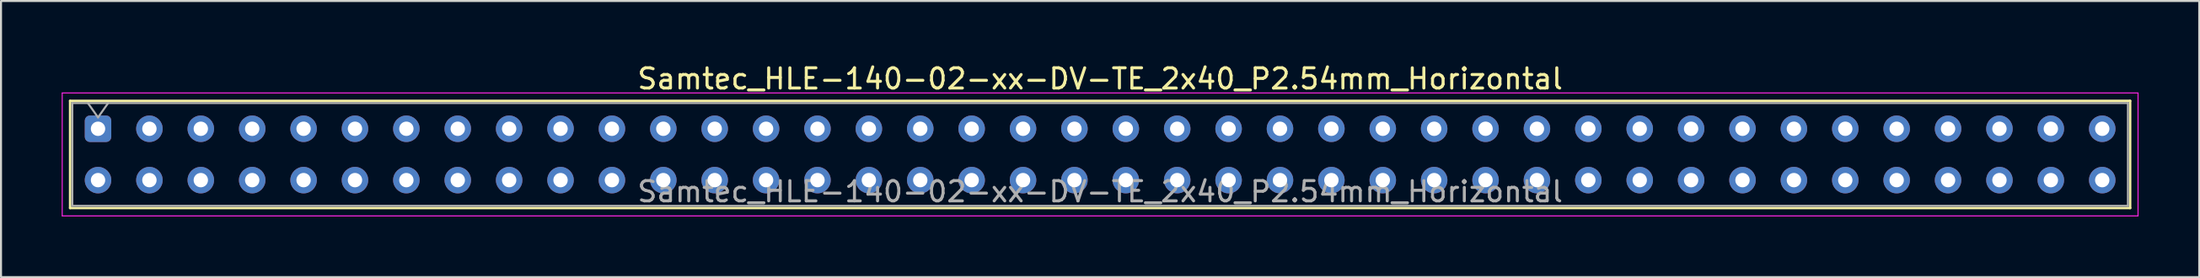
<source format=kicad_pcb>
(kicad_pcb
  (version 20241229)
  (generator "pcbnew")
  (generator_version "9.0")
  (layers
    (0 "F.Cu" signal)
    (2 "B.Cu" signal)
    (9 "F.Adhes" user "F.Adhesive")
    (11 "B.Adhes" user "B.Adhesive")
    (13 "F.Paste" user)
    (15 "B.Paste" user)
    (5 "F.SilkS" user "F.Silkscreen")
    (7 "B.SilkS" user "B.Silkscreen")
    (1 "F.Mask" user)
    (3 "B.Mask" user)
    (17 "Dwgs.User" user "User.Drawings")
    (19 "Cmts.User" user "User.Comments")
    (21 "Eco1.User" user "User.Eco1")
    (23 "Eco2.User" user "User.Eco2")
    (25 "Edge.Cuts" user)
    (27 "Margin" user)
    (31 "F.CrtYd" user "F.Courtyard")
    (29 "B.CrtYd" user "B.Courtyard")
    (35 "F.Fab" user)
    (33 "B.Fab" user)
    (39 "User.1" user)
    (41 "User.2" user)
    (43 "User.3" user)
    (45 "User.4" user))
  (footprint "Samtec_HLE-140-02-xx-DV-TE_2x40_P2.54mm_Horizontal"
    (layer "F.Cu")
    (at 1.795 3.318)
    (property "Reference" "Samtec_HLE-140-02-xx-DV-TE_2x40_P2.54mm_Horizontal" (at 49.53 -2.47 0) (layer "F.SilkS") (effects (font (size 1 1) (thickness 0.15))))
    (attr through_hole)
    (fp_line (start -1.38 -1.38) (end 100.44 -1.38) (stroke (width 0.12) (type solid)) (layer "F.SilkS"))
    (fp_line (start -1.38 3.92) (end -1.38 -1.38) (stroke (width 0.12) (type solid)) (layer "F.SilkS"))
    (fp_line (start 100.44 -1.38) (end 100.44 3.92) (stroke (width 0.12) (type solid)) (layer "F.SilkS"))
    (fp_line (start 100.44 3.92) (end -1.38 3.92) (stroke (width 0.12) (type solid)) (layer "F.SilkS"))
    (fp_line (start -1.77 -1.77) (end 100.83 -1.77) (stroke (width 0.05) (type solid)) (layer "F.CrtYd"))
    (fp_line (start -1.77 4.31) (end -1.77 -1.77) (stroke (width 0.05) (type solid)) (layer "F.CrtYd"))
    (fp_line (start 100.83 -1.77) (end 100.83 4.31) (stroke (width 0.05) (type solid)) (layer "F.CrtYd"))
    (fp_line (start 100.83 4.31) (end -1.77 4.31) (stroke (width 0.05) (type solid)) (layer "F.CrtYd"))
    (fp_line (start -1.27 -1.27) (end 100.33 -1.27) (stroke (width 0.1) (type solid)) (layer "F.Fab"))
    (fp_line (start -1.27 3.81) (end -1.27 -1.27) (stroke (width 0.1) (type solid)) (layer "F.Fab"))
    (fp_line (start -0.5 -1.27) (end 0 -0.563) (stroke (width 0.1) (type solid)) (layer "F.Fab"))
    (fp_line (start 0 -0.563) (end 0.5 -1.27) (stroke (width 0.1) (type solid)) (layer "F.Fab"))
    (fp_line (start 100.33 -1.27) (end 100.33 3.81) (stroke (width 0.1) (type solid)) (layer "F.Fab"))
    (fp_line (start 100.33 3.81) (end -1.27 3.81) (stroke (width 0.1) (type solid)) (layer "F.Fab"))
    (fp_text user "${REFERENCE}" (at 49.53 3.11 0) (layer "F.Fab") (effects (font (size 1 1) (thickness 0.15))))
    (pad "1" thru_hole roundrect (at 0 0) (size 1.31 1.31) (drill 0.71) (layers "*.Cu" "*.Mask") (roundrect_rratio 0.191))
    (pad "2" thru_hole circle (at 0 2.54) (size 1.31 1.31) (drill 0.71) (layers "*.Cu" "*.Mask"))
    (pad "3" thru_hole circle (at 2.54 0) (size 1.31 1.31) (drill 0.71) (layers "*.Cu" "*.Mask"))
    (pad "4" thru_hole circle (at 2.54 2.54) (size 1.31 1.31) (drill 0.71) (layers "*.Cu" "*.Mask"))
    (pad "5" thru_hole circle (at 5.08 0) (size 1.31 1.31) (drill 0.71) (layers "*.Cu" "*.Mask"))
    (pad "6" thru_hole circle (at 5.08 2.54) (size 1.31 1.31) (drill 0.71) (layers "*.Cu" "*.Mask"))
    (pad "7" thru_hole circle (at 7.62 0) (size 1.31 1.31) (drill 0.71) (layers "*.Cu" "*.Mask"))
    (pad "8" thru_hole circle (at 7.62 2.54) (size 1.31 1.31) (drill 0.71) (layers "*.Cu" "*.Mask"))
    (pad "9" thru_hole circle (at 10.16 0) (size 1.31 1.31) (drill 0.71) (layers "*.Cu" "*.Mask"))
    (pad "10" thru_hole circle (at 10.16 2.54) (size 1.31 1.31) (drill 0.71) (layers "*.Cu" "*.Mask"))
    (pad "11" thru_hole circle (at 12.7 0) (size 1.31 1.31) (drill 0.71) (layers "*.Cu" "*.Mask"))
    (pad "12" thru_hole circle (at 12.7 2.54) (size 1.31 1.31) (drill 0.71) (layers "*.Cu" "*.Mask"))
    (pad "13" thru_hole circle (at 15.24 0) (size 1.31 1.31) (drill 0.71) (layers "*.Cu" "*.Mask"))
    (pad "14" thru_hole circle (at 15.24 2.54) (size 1.31 1.31) (drill 0.71) (layers "*.Cu" "*.Mask"))
    (pad "15" thru_hole circle (at 17.78 0) (size 1.31 1.31) (drill 0.71) (layers "*.Cu" "*.Mask"))
    (pad "16" thru_hole circle (at 17.78 2.54) (size 1.31 1.31) (drill 0.71) (layers "*.Cu" "*.Mask"))
    (pad "17" thru_hole circle (at 20.32 0) (size 1.31 1.31) (drill 0.71) (layers "*.Cu" "*.Mask"))
    (pad "18" thru_hole circle (at 20.32 2.54) (size 1.31 1.31) (drill 0.71) (layers "*.Cu" "*.Mask"))
    (pad "19" thru_hole circle (at 22.86 0) (size 1.31 1.31) (drill 0.71) (layers "*.Cu" "*.Mask"))
    (pad "20" thru_hole circle (at 22.86 2.54) (size 1.31 1.31) (drill 0.71) (layers "*.Cu" "*.Mask"))
    (pad "21" thru_hole circle (at 25.4 0) (size 1.31 1.31) (drill 0.71) (layers "*.Cu" "*.Mask"))
    (pad "22" thru_hole circle (at 25.4 2.54) (size 1.31 1.31) (drill 0.71) (layers "*.Cu" "*.Mask"))
    (pad "23" thru_hole circle (at 27.94 0) (size 1.31 1.31) (drill 0.71) (layers "*.Cu" "*.Mask"))
    (pad "24" thru_hole circle (at 27.94 2.54) (size 1.31 1.31) (drill 0.71) (layers "*.Cu" "*.Mask"))
    (pad "25" thru_hole circle (at 30.48 0) (size 1.31 1.31) (drill 0.71) (layers "*.Cu" "*.Mask"))
    (pad "26" thru_hole circle (at 30.48 2.54) (size 1.31 1.31) (drill 0.71) (layers "*.Cu" "*.Mask"))
    (pad "27" thru_hole circle (at 33.02 0) (size 1.31 1.31) (drill 0.71) (layers "*.Cu" "*.Mask"))
    (pad "28" thru_hole circle (at 33.02 2.54) (size 1.31 1.31) (drill 0.71) (layers "*.Cu" "*.Mask"))
    (pad "29" thru_hole circle (at 35.56 0) (size 1.31 1.31) (drill 0.71) (layers "*.Cu" "*.Mask"))
    (pad "30" thru_hole circle (at 35.56 2.54) (size 1.31 1.31) (drill 0.71) (layers "*.Cu" "*.Mask"))
    (pad "31" thru_hole circle (at 38.1 0) (size 1.31 1.31) (drill 0.71) (layers "*.Cu" "*.Mask"))
    (pad "32" thru_hole circle (at 38.1 2.54) (size 1.31 1.31) (drill 0.71) (layers "*.Cu" "*.Mask"))
    (pad "33" thru_hole circle (at 40.64 0) (size 1.31 1.31) (drill 0.71) (layers "*.Cu" "*.Mask"))
    (pad "34" thru_hole circle (at 40.64 2.54) (size 1.31 1.31) (drill 0.71) (layers "*.Cu" "*.Mask"))
    (pad "35" thru_hole circle (at 43.18 0) (size 1.31 1.31) (drill 0.71) (layers "*.Cu" "*.Mask"))
    (pad "36" thru_hole circle (at 43.18 2.54) (size 1.31 1.31) (drill 0.71) (layers "*.Cu" "*.Mask"))
    (pad "37" thru_hole circle (at 45.72 0) (size 1.31 1.31) (drill 0.71) (layers "*.Cu" "*.Mask"))
    (pad "38" thru_hole circle (at 45.72 2.54) (size 1.31 1.31) (drill 0.71) (layers "*.Cu" "*.Mask"))
    (pad "39" thru_hole circle (at 48.26 0) (size 1.31 1.31) (drill 0.71) (layers "*.Cu" "*.Mask"))
    (pad "40" thru_hole circle (at 48.26 2.54) (size 1.31 1.31) (drill 0.71) (layers "*.Cu" "*.Mask"))
    (pad "41" thru_hole circle (at 50.8 0) (size 1.31 1.31) (drill 0.71) (layers "*.Cu" "*.Mask"))
    (pad "42" thru_hole circle (at 50.8 2.54) (size 1.31 1.31) (drill 0.71) (layers "*.Cu" "*.Mask"))
    (pad "43" thru_hole circle (at 53.34 0) (size 1.31 1.31) (drill 0.71) (layers "*.Cu" "*.Mask"))
    (pad "44" thru_hole circle (at 53.34 2.54) (size 1.31 1.31) (drill 0.71) (layers "*.Cu" "*.Mask"))
    (pad "45" thru_hole circle (at 55.88 0) (size 1.31 1.31) (drill 0.71) (layers "*.Cu" "*.Mask"))
    (pad "46" thru_hole circle (at 55.88 2.54) (size 1.31 1.31) (drill 0.71) (layers "*.Cu" "*.Mask"))
    (pad "47" thru_hole circle (at 58.42 0) (size 1.31 1.31) (drill 0.71) (layers "*.Cu" "*.Mask"))
    (pad "48" thru_hole circle (at 58.42 2.54) (size 1.31 1.31) (drill 0.71) (layers "*.Cu" "*.Mask"))
    (pad "49" thru_hole circle (at 60.96 0) (size 1.31 1.31) (drill 0.71) (layers "*.Cu" "*.Mask"))
    (pad "50" thru_hole circle (at 60.96 2.54) (size 1.31 1.31) (drill 0.71) (layers "*.Cu" "*.Mask"))
    (pad "51" thru_hole circle (at 63.5 0) (size 1.31 1.31) (drill 0.71) (layers "*.Cu" "*.Mask"))
    (pad "52" thru_hole circle (at 63.5 2.54) (size 1.31 1.31) (drill 0.71) (layers "*.Cu" "*.Mask"))
    (pad "53" thru_hole circle (at 66.04 0) (size 1.31 1.31) (drill 0.71) (layers "*.Cu" "*.Mask"))
    (pad "54" thru_hole circle (at 66.04 2.54) (size 1.31 1.31) (drill 0.71) (layers "*.Cu" "*.Mask"))
    (pad "55" thru_hole circle (at 68.58 0) (size 1.31 1.31) (drill 0.71) (layers "*.Cu" "*.Mask"))
    (pad "56" thru_hole circle (at 68.58 2.54) (size 1.31 1.31) (drill 0.71) (layers "*.Cu" "*.Mask"))
    (pad "57" thru_hole circle (at 71.12 0) (size 1.31 1.31) (drill 0.71) (layers "*.Cu" "*.Mask"))
    (pad "58" thru_hole circle (at 71.12 2.54) (size 1.31 1.31) (drill 0.71) (layers "*.Cu" "*.Mask"))
    (pad "59" thru_hole circle (at 73.66 0) (size 1.31 1.31) (drill 0.71) (layers "*.Cu" "*.Mask"))
    (pad "60" thru_hole circle (at 73.66 2.54) (size 1.31 1.31) (drill 0.71) (layers "*.Cu" "*.Mask"))
    (pad "61" thru_hole circle (at 76.2 0) (size 1.31 1.31) (drill 0.71) (layers "*.Cu" "*.Mask"))
    (pad "62" thru_hole circle (at 76.2 2.54) (size 1.31 1.31) (drill 0.71) (layers "*.Cu" "*.Mask"))
    (pad "63" thru_hole circle (at 78.74 0) (size 1.31 1.31) (drill 0.71) (layers "*.Cu" "*.Mask"))
    (pad "64" thru_hole circle (at 78.74 2.54) (size 1.31 1.31) (drill 0.71) (layers "*.Cu" "*.Mask"))
    (pad "65" thru_hole circle (at 81.28 0) (size 1.31 1.31) (drill 0.71) (layers "*.Cu" "*.Mask"))
    (pad "66" thru_hole circle (at 81.28 2.54) (size 1.31 1.31) (drill 0.71) (layers "*.Cu" "*.Mask"))
    (pad "67" thru_hole circle (at 83.82 0) (size 1.31 1.31) (drill 0.71) (layers "*.Cu" "*.Mask"))
    (pad "68" thru_hole circle (at 83.82 2.54) (size 1.31 1.31) (drill 0.71) (layers "*.Cu" "*.Mask"))
    (pad "69" thru_hole circle (at 86.36 0) (size 1.31 1.31) (drill 0.71) (layers "*.Cu" "*.Mask"))
    (pad "70" thru_hole circle (at 86.36 2.54) (size 1.31 1.31) (drill 0.71) (layers "*.Cu" "*.Mask"))
    (pad "71" thru_hole circle (at 88.9 0) (size 1.31 1.31) (drill 0.71) (layers "*.Cu" "*.Mask"))
    (pad "72" thru_hole circle (at 88.9 2.54) (size 1.31 1.31) (drill 0.71) (layers "*.Cu" "*.Mask"))
    (pad "73" thru_hole circle (at 91.44 0) (size 1.31 1.31) (drill 0.71) (layers "*.Cu" "*.Mask"))
    (pad "74" thru_hole circle (at 91.44 2.54) (size 1.31 1.31) (drill 0.71) (layers "*.Cu" "*.Mask"))
    (pad "75" thru_hole circle (at 93.98 0) (size 1.31 1.31) (drill 0.71) (layers "*.Cu" "*.Mask"))
    (pad "76" thru_hole circle (at 93.98 2.54) (size 1.31 1.31) (drill 0.71) (layers "*.Cu" "*.Mask"))
    (pad "77" thru_hole circle (at 96.52 0) (size 1.31 1.31) (drill 0.71) (layers "*.Cu" "*.Mask"))
    (pad "78" thru_hole circle (at 96.52 2.54) (size 1.31 1.31) (drill 0.71) (layers "*.Cu" "*.Mask"))
    (pad "79" thru_hole circle (at 99.06 0) (size 1.31 1.31) (drill 0.71) (layers "*.Cu" "*.Mask"))
    (pad "80" thru_hole circle (at 99.06 2.54) (size 1.31 1.31) (drill 0.71) (layers "*.Cu" "*.Mask")))
  (gr_rect
    (start -3 -3)
    (end 105.65 10.653)
    (stroke (width 0.1) (type default))
    (fill no)
    (layer "Edge.Cuts")))
</source>
